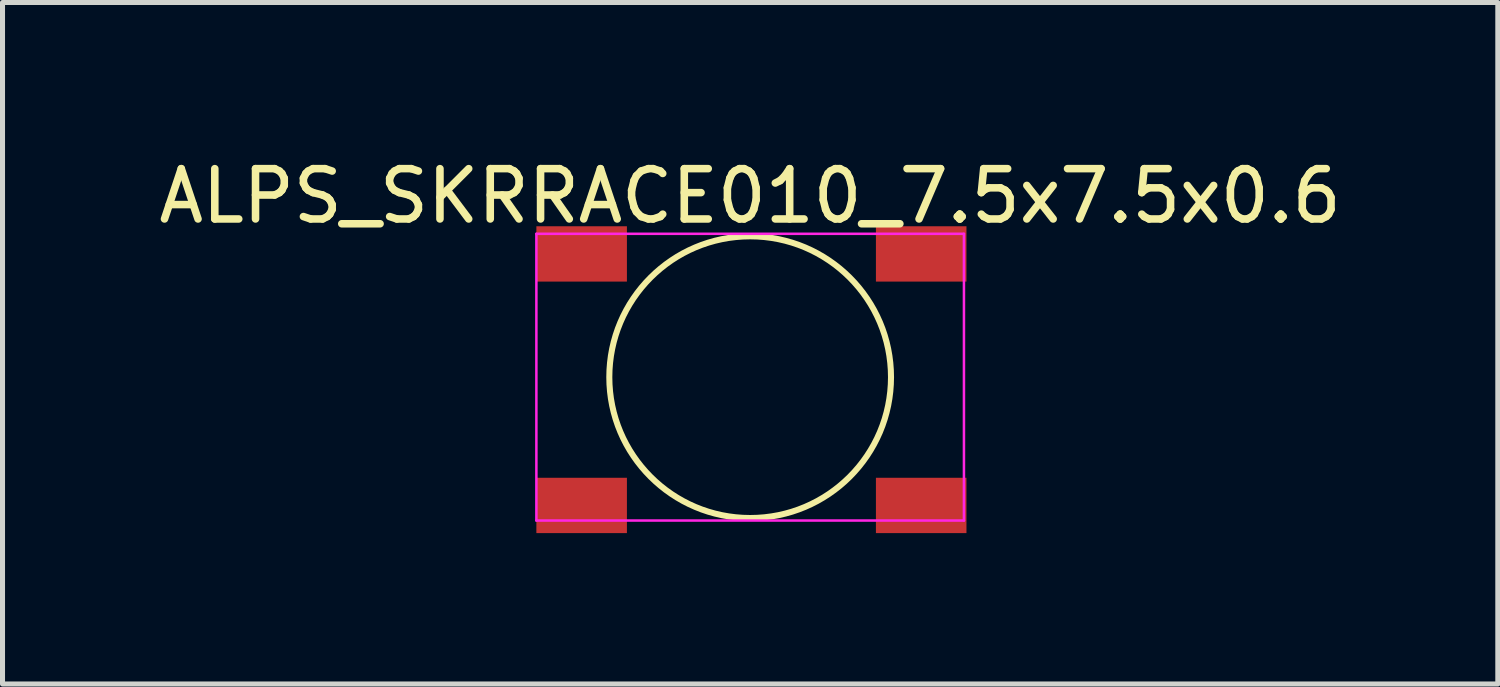
<source format=kicad_pcb>
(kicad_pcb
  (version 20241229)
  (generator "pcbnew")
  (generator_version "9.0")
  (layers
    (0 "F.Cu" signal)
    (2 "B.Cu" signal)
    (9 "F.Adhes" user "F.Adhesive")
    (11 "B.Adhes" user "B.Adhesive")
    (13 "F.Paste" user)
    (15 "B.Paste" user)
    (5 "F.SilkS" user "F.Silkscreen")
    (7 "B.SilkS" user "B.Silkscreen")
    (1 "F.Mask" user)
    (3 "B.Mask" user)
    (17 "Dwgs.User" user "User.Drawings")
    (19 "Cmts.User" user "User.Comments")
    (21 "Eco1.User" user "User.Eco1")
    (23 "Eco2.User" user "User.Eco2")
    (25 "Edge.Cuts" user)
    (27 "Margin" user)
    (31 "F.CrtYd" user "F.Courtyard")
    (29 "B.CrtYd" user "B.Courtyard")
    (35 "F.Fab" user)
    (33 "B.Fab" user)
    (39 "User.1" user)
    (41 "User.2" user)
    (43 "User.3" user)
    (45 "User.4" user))
  (footprint "ALPS_SKRRACE010_7.5x7.5x0.6"
    (layer "F.Cu")
    (at 11.863 4.448)
    (property "Reference" "ALPS_SKRRACE010_7.5x7.5x0.6" (at 0 -3.6 0) (layer "F.SilkS") (effects (font (size 1 1) (thickness 0.15))))
    (attr smd)
    (fp_circle (center 0 0) (end 2.8 0) (stroke (width 0.12) (type solid)) (fill no) (layer "F.SilkS"))
    (fp_line (start -4.25 -2.85) (end -4.25 2.85) (stroke (width 0.05) (type solid)) (layer "F.CrtYd"))
    (fp_line (start -4.25 2.85) (end 4.25 2.85) (stroke (width 0.05) (type solid)) (layer "F.CrtYd"))
    (fp_line (start 4.25 -2.85) (end -4.25 -2.85) (stroke (width 0.05) (type solid)) (layer "F.CrtYd"))
    (fp_line (start 4.25 2.85) (end 4.25 -2.85) (stroke (width 0.05) (type solid)) (layer "F.CrtYd"))
    (pad "1" smd rect (at -3.35 -2.45) (size 1.8 1.1) (layers "F.Cu" "F.Mask" "F.Paste"))
    (pad "1" smd rect (at 3.4 -2.45) (size 1.8 1.1) (layers "F.Cu" "F.Mask" "F.Paste"))
    (pad "2" smd rect (at -3.35 2.55) (size 1.8 1.1) (layers "F.Cu" "F.Mask" "F.Paste"))
    (pad "2" smd rect (at 3.4 2.55) (size 1.8 1.1) (layers "F.Cu" "F.Mask" "F.Paste")))
  (gr_rect
    (start -3 -3)
    (end 26.726 10.548)
    (stroke (width 0.1) (type default))
    (fill no)
    (layer "Edge.Cuts")))
</source>
